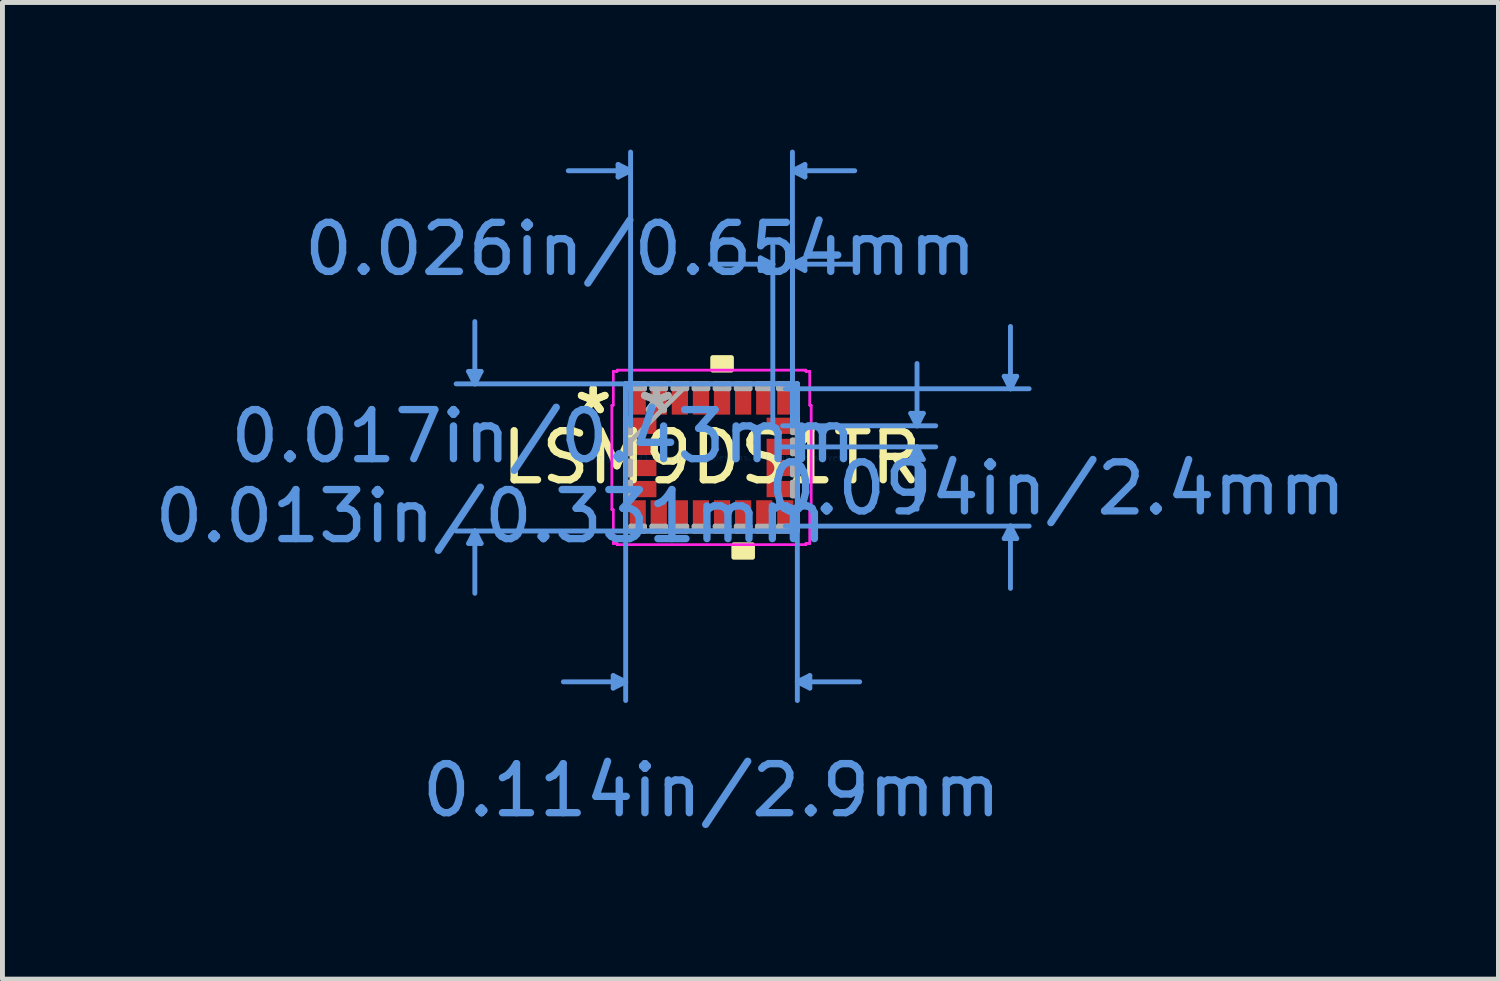
<source format=kicad_pcb>
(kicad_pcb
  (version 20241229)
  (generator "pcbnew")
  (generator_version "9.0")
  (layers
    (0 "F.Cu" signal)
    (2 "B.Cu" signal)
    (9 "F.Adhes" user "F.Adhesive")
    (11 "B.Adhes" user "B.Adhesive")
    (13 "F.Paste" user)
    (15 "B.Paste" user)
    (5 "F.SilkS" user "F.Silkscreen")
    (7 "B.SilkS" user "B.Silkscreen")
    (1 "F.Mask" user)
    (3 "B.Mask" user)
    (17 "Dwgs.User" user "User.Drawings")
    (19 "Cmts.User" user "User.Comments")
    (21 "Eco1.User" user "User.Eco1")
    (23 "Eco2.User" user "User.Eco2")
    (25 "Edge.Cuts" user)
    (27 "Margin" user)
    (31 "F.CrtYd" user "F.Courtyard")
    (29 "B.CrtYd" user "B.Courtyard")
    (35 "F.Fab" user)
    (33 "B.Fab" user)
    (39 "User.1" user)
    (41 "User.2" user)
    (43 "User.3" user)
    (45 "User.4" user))
  (footprint "LSM9DS1TR"
    (layer "F.Cu")
    (at 11.456 6.276)
    (property "Reference" "LSM9DS1TR" (at 0 0 0) (layer "F.SilkS") (effects (font (size 1 1) (thickness 0.15))))
    (attr through_hole)
    (fp_poly (pts (xy 0.025 -1.781) (xy 0.025 -2.035) (xy 0.406 -2.035) (xy 0.406 -1.781)) (stroke (width 0.1) (type solid)) (fill yes) (layer "F.SilkS"))
    (fp_poly (pts (xy 0.455 1.781) (xy 0.455 2.035) (xy 0.836 2.035) (xy 0.836 1.781)) (stroke (width 0.1) (type solid)) (fill yes) (layer "F.SilkS"))
    (fp_line (start -4.952 -1.754) (end -4.698 -1.754) (stroke (width 0.1) (type solid)) (layer "Cmts.User"))
    (fp_line (start -4.952 1.754) (end -4.698 1.754) (stroke (width 0.1) (type solid)) (layer "Cmts.User"))
    (fp_line (start -4.825 -1.5) (end -4.952 -1.754) (stroke (width 0.1) (type solid)) (layer "Cmts.User"))
    (fp_line (start -4.825 -1.5) (end -4.825 -2.77) (stroke (width 0.1) (type solid)) (layer "Cmts.User"))
    (fp_line (start -4.825 -1.5) (end -4.698 -1.754) (stroke (width 0.1) (type solid)) (layer "Cmts.User"))
    (fp_line (start -4.825 1.5) (end -4.952 1.754) (stroke (width 0.1) (type solid)) (layer "Cmts.User"))
    (fp_line (start -4.825 1.5) (end -4.825 2.77) (stroke (width 0.1) (type solid)) (layer "Cmts.User"))
    (fp_line (start -4.825 1.5) (end -4.698 1.754) (stroke (width 0.1) (type solid)) (layer "Cmts.User"))
    (fp_line (start -2.004 4.448) (end -2.004 4.702) (stroke (width 0.1) (type solid)) (layer "Cmts.User"))
    (fp_line (start -1.904 -5.972) (end -1.904 -5.718) (stroke (width 0.1) (type solid)) (layer "Cmts.User"))
    (fp_line (start -1.75 -1.5) (end -1.75 4.956) (stroke (width 0.1) (type solid)) (layer "Cmts.User"))
    (fp_line (start -1.75 4.575) (end -3.02 4.575) (stroke (width 0.1) (type solid)) (layer "Cmts.User"))
    (fp_line (start -1.75 4.575) (end -2.004 4.448) (stroke (width 0.1) (type solid)) (layer "Cmts.User"))
    (fp_line (start -1.75 4.575) (end -2.004 4.702) (stroke (width 0.1) (type solid)) (layer "Cmts.User"))
    (fp_line (start -1.65 -5.845) (end -2.92 -5.845) (stroke (width 0.1) (type solid)) (layer "Cmts.User"))
    (fp_line (start -1.65 -5.845) (end -1.904 -5.972) (stroke (width 0.1) (type solid)) (layer "Cmts.User"))
    (fp_line (start -1.65 -5.845) (end -1.904 -5.718) (stroke (width 0.1) (type solid)) (layer "Cmts.User"))
    (fp_line (start -1.65 -0.645) (end -1.65 -6.226) (stroke (width 0.1) (type solid)) (layer "Cmts.User"))
    (fp_line (start 0.996 -4.067) (end 0.996 -3.813) (stroke (width 0.1) (type solid)) (layer "Cmts.User"))
    (fp_line (start 1.25 -3.94) (end -0.02 -3.94) (stroke (width 0.1) (type solid)) (layer "Cmts.User"))
    (fp_line (start 1.25 -3.94) (end 0.996 -4.067) (stroke (width 0.1) (type solid)) (layer "Cmts.User"))
    (fp_line (start 1.25 -3.94) (end 0.996 -3.813) (stroke (width 0.1) (type solid)) (layer "Cmts.User"))
    (fp_line (start 1.25 -0.645) (end 1.25 -4.321) (stroke (width 0.1) (type solid)) (layer "Cmts.User"))
    (fp_line (start 1.45 -0.645) (end 4.571 -0.645) (stroke (width 0.1) (type solid)) (layer "Cmts.User"))
    (fp_line (start 1.45 -0.215) (end 4.571 -0.215) (stroke (width 0.1) (type solid)) (layer "Cmts.User"))
    (fp_line (start 1.505 -1.4) (end 6.476 -1.4) (stroke (width 0.1) (type solid)) (layer "Cmts.User"))
    (fp_line (start 1.505 1.4) (end 6.476 1.4) (stroke (width 0.1) (type solid)) (layer "Cmts.User"))
    (fp_line (start 1.65 -5.845) (end 1.904 -5.972) (stroke (width 0.1) (type solid)) (layer "Cmts.User"))
    (fp_line (start 1.65 -5.845) (end 1.904 -5.718) (stroke (width 0.1) (type solid)) (layer "Cmts.User"))
    (fp_line (start 1.65 -5.845) (end 2.92 -5.845) (stroke (width 0.1) (type solid)) (layer "Cmts.User"))
    (fp_line (start 1.65 -3.94) (end 1.904 -4.067) (stroke (width 0.1) (type solid)) (layer "Cmts.User"))
    (fp_line (start 1.65 -3.94) (end 1.904 -3.813) (stroke (width 0.1) (type solid)) (layer "Cmts.User"))
    (fp_line (start 1.65 -3.94) (end 2.92 -3.94) (stroke (width 0.1) (type solid)) (layer "Cmts.User"))
    (fp_line (start 1.65 -0.645) (end 1.65 -6.226) (stroke (width 0.1) (type solid)) (layer "Cmts.User"))
    (fp_line (start 1.65 -0.645) (end 1.65 -4.321) (stroke (width 0.1) (type solid)) (layer "Cmts.User"))
    (fp_line (start 1.75 -1.5) (end -5.206 -1.5) (stroke (width 0.1) (type solid)) (layer "Cmts.User"))
    (fp_line (start 1.75 -1.5) (end 1.75 4.956) (stroke (width 0.1) (type solid)) (layer "Cmts.User"))
    (fp_line (start 1.75 1.5) (end -5.206 1.5) (stroke (width 0.1) (type solid)) (layer "Cmts.User"))
    (fp_line (start 1.75 4.575) (end 2.004 4.448) (stroke (width 0.1) (type solid)) (layer "Cmts.User"))
    (fp_line (start 1.75 4.575) (end 2.004 4.702) (stroke (width 0.1) (type solid)) (layer "Cmts.User"))
    (fp_line (start 1.75 4.575) (end 3.02 4.575) (stroke (width 0.1) (type solid)) (layer "Cmts.User"))
    (fp_line (start 1.904 -5.972) (end 1.904 -5.718) (stroke (width 0.1) (type solid)) (layer "Cmts.User"))
    (fp_line (start 1.904 -4.067) (end 1.904 -3.813) (stroke (width 0.1) (type solid)) (layer "Cmts.User"))
    (fp_line (start 2.004 4.448) (end 2.004 4.702) (stroke (width 0.1) (type solid)) (layer "Cmts.User"))
    (fp_line (start 4.063 -0.899) (end 4.317 -0.899) (stroke (width 0.1) (type solid)) (layer "Cmts.User"))
    (fp_line (start 4.063 0.039) (end 4.317 0.039) (stroke (width 0.1) (type solid)) (layer "Cmts.User"))
    (fp_line (start 4.19 -0.645) (end 4.063 -0.899) (stroke (width 0.1) (type solid)) (layer "Cmts.User"))
    (fp_line (start 4.19 -0.645) (end 4.19 -1.915) (stroke (width 0.1) (type solid)) (layer "Cmts.User"))
    (fp_line (start 4.19 -0.645) (end 4.317 -0.899) (stroke (width 0.1) (type solid)) (layer "Cmts.User"))
    (fp_line (start 4.19 -0.215) (end 4.063 0.039) (stroke (width 0.1) (type solid)) (layer "Cmts.User"))
    (fp_line (start 4.19 -0.215) (end 4.19 1.055) (stroke (width 0.1) (type solid)) (layer "Cmts.User"))
    (fp_line (start 4.19 -0.215) (end 4.317 0.039) (stroke (width 0.1) (type solid)) (layer "Cmts.User"))
    (fp_line (start 5.968 -1.654) (end 6.222 -1.654) (stroke (width 0.1) (type solid)) (layer "Cmts.User"))
    (fp_line (start 5.968 1.654) (end 6.222 1.654) (stroke (width 0.1) (type solid)) (layer "Cmts.User"))
    (fp_line (start 6.095 -1.4) (end 5.968 -1.654) (stroke (width 0.1) (type solid)) (layer "Cmts.User"))
    (fp_line (start 6.095 -1.4) (end 6.095 -2.67) (stroke (width 0.1) (type solid)) (layer "Cmts.User"))
    (fp_line (start 6.095 -1.4) (end 6.222 -1.654) (stroke (width 0.1) (type solid)) (layer "Cmts.User"))
    (fp_line (start 6.095 1.4) (end 5.968 1.654) (stroke (width 0.1) (type solid)) (layer "Cmts.User"))
    (fp_line (start 6.095 1.4) (end 6.095 2.67) (stroke (width 0.1) (type solid)) (layer "Cmts.User"))
    (fp_line (start 6.095 1.4) (end 6.222 1.654) (stroke (width 0.1) (type solid)) (layer "Cmts.User"))
    (fp_line (start -2.031 -1.064) (end -2.004 -1.064) (stroke (width 0.05) (type solid)) (layer "F.CrtYd"))
    (fp_line (start -2.031 -1.064) (end -2.004 -1.064) (stroke (width 0.05) (type solid)) (layer "F.CrtYd"))
    (fp_line (start -2.031 1.064) (end -2.031 -1.064) (stroke (width 0.05) (type solid)) (layer "F.CrtYd"))
    (fp_line (start -2.031 1.064) (end -2.031 -1.064) (stroke (width 0.05) (type solid)) (layer "F.CrtYd"))
    (fp_line (start -2.004 -1.754) (end -1.924 -1.754) (stroke (width 0.05) (type solid)) (layer "F.CrtYd"))
    (fp_line (start -2.004 -1.754) (end -1.924 -1.754) (stroke (width 0.05) (type solid)) (layer "F.CrtYd"))
    (fp_line (start -2.004 -1.064) (end -2.004 -1.754) (stroke (width 0.05) (type solid)) (layer "F.CrtYd"))
    (fp_line (start -2.004 -1.064) (end -2.004 -1.754) (stroke (width 0.05) (type solid)) (layer "F.CrtYd"))
    (fp_line (start -2.004 1.064) (end -2.031 1.064) (stroke (width 0.05) (type solid)) (layer "F.CrtYd"))
    (fp_line (start -2.004 1.064) (end -2.031 1.064) (stroke (width 0.05) (type solid)) (layer "F.CrtYd"))
    (fp_line (start -2.004 1.754) (end -2.004 1.064) (stroke (width 0.05) (type solid)) (layer "F.CrtYd"))
    (fp_line (start -2.004 1.754) (end -2.004 1.064) (stroke (width 0.05) (type solid)) (layer "F.CrtYd"))
    (fp_line (start -1.924 -1.781) (end 1.924 -1.781) (stroke (width 0.05) (type solid)) (layer "F.CrtYd"))
    (fp_line (start -1.924 -1.781) (end 1.924 -1.781) (stroke (width 0.05) (type solid)) (layer "F.CrtYd"))
    (fp_line (start -1.924 -1.754) (end -1.924 -1.781) (stroke (width 0.05) (type solid)) (layer "F.CrtYd"))
    (fp_line (start -1.924 -1.754) (end -1.924 -1.781) (stroke (width 0.05) (type solid)) (layer "F.CrtYd"))
    (fp_line (start -1.924 1.754) (end -2.004 1.754) (stroke (width 0.05) (type solid)) (layer "F.CrtYd"))
    (fp_line (start -1.924 1.754) (end -2.004 1.754) (stroke (width 0.05) (type solid)) (layer "F.CrtYd"))
    (fp_line (start -1.924 1.781) (end -1.924 1.754) (stroke (width 0.05) (type solid)) (layer "F.CrtYd"))
    (fp_line (start -1.924 1.781) (end -1.924 1.754) (stroke (width 0.05) (type solid)) (layer "F.CrtYd"))
    (fp_line (start 1.924 -1.781) (end 1.924 -1.754) (stroke (width 0.05) (type solid)) (layer "F.CrtYd"))
    (fp_line (start 1.924 -1.781) (end 1.924 -1.754) (stroke (width 0.05) (type solid)) (layer "F.CrtYd"))
    (fp_line (start 1.924 -1.754) (end 2.004 -1.754) (stroke (width 0.05) (type solid)) (layer "F.CrtYd"))
    (fp_line (start 1.924 -1.754) (end 2.004 -1.754) (stroke (width 0.05) (type solid)) (layer "F.CrtYd"))
    (fp_line (start 1.924 1.754) (end 1.924 1.781) (stroke (width 0.05) (type solid)) (layer "F.CrtYd"))
    (fp_line (start 1.924 1.754) (end 1.924 1.781) (stroke (width 0.05) (type solid)) (layer "F.CrtYd"))
    (fp_line (start 1.924 1.781) (end -1.924 1.781) (stroke (width 0.05) (type solid)) (layer "F.CrtYd"))
    (fp_line (start 1.924 1.781) (end -1.924 1.781) (stroke (width 0.05) (type solid)) (layer "F.CrtYd"))
    (fp_line (start 2.004 -1.754) (end 2.004 -1.064) (stroke (width 0.05) (type solid)) (layer "F.CrtYd"))
    (fp_line (start 2.004 -1.754) (end 2.004 -1.064) (stroke (width 0.05) (type solid)) (layer "F.CrtYd"))
    (fp_line (start 2.004 -1.064) (end 2.031 -1.064) (stroke (width 0.05) (type solid)) (layer "F.CrtYd"))
    (fp_line (start 2.004 -1.064) (end 2.031 -1.064) (stroke (width 0.05) (type solid)) (layer "F.CrtYd"))
    (fp_line (start 2.004 1.064) (end 2.004 1.754) (stroke (width 0.05) (type solid)) (layer "F.CrtYd"))
    (fp_line (start 2.004 1.064) (end 2.004 1.754) (stroke (width 0.05) (type solid)) (layer "F.CrtYd"))
    (fp_line (start 2.004 1.754) (end 1.924 1.754) (stroke (width 0.05) (type solid)) (layer "F.CrtYd"))
    (fp_line (start 2.004 1.754) (end 1.924 1.754) (stroke (width 0.05) (type solid)) (layer "F.CrtYd"))
    (fp_line (start 2.031 -1.064) (end 2.031 1.064) (stroke (width 0.05) (type solid)) (layer "F.CrtYd"))
    (fp_line (start 2.031 -1.064) (end 2.031 1.064) (stroke (width 0.05) (type solid)) (layer "F.CrtYd"))
    (fp_line (start 2.031 1.064) (end 2.004 1.064) (stroke (width 0.05) (type solid)) (layer "F.CrtYd"))
    (fp_line (start 2.031 1.064) (end 2.004 1.064) (stroke (width 0.05) (type solid)) (layer "F.CrtYd"))
    (fp_line (start -1.75 -1.5) (end -1.75 -1.5) (stroke (width 0.1) (type solid)) (layer "F.Fab"))
    (fp_line (start -1.75 -1.5) (end -1.75 1.5) (stroke (width 0.1) (type solid)) (layer "F.Fab"))
    (fp_line (start -1.75 -0.785) (end -1.65 -0.785) (stroke (width 0.1) (type solid)) (layer "F.Fab"))
    (fp_line (start -1.75 -0.505) (end -1.75 -0.785) (stroke (width 0.1) (type solid)) (layer "F.Fab"))
    (fp_line (start -1.75 -0.355) (end -1.65 -0.355) (stroke (width 0.1) (type solid)) (layer "F.Fab"))
    (fp_line (start -1.75 -0.23) (end -0.48 -1.5) (stroke (width 0.1) (type solid)) (layer "F.Fab"))
    (fp_line (start -1.75 -0.075) (end -1.75 -0.355) (stroke (width 0.1) (type solid)) (layer "F.Fab"))
    (fp_line (start -1.75 0.075) (end -1.65 0.075) (stroke (width 0.1) (type solid)) (layer "F.Fab"))
    (fp_line (start -1.75 0.355) (end -1.75 0.075) (stroke (width 0.1) (type solid)) (layer "F.Fab"))
    (fp_line (start -1.75 0.505) (end -1.65 0.505) (stroke (width 0.1) (type solid)) (layer "F.Fab"))
    (fp_line (start -1.75 0.785) (end -1.75 0.505) (stroke (width 0.1) (type solid)) (layer "F.Fab"))
    (fp_line (start -1.75 1.5) (end -1.75 1.5) (stroke (width 0.1) (type solid)) (layer "F.Fab"))
    (fp_line (start -1.75 1.5) (end 1.75 1.5) (stroke (width 0.1) (type solid)) (layer "F.Fab"))
    (fp_line (start -1.65 -0.785) (end -1.65 -0.505) (stroke (width 0.1) (type solid)) (layer "F.Fab"))
    (fp_line (start -1.65 -0.505) (end -1.75 -0.505) (stroke (width 0.1) (type solid)) (layer "F.Fab"))
    (fp_line (start -1.65 -0.355) (end -1.65 -0.075) (stroke (width 0.1) (type solid)) (layer "F.Fab"))
    (fp_line (start -1.65 -0.075) (end -1.75 -0.075) (stroke (width 0.1) (type solid)) (layer "F.Fab"))
    (fp_line (start -1.65 0.075) (end -1.65 0.355) (stroke (width 0.1) (type solid)) (layer "F.Fab"))
    (fp_line (start -1.65 0.355) (end -1.75 0.355) (stroke (width 0.1) (type solid)) (layer "F.Fab"))
    (fp_line (start -1.65 0.505) (end -1.65 0.785) (stroke (width 0.1) (type solid)) (layer "F.Fab"))
    (fp_line (start -1.65 0.785) (end -1.75 0.785) (stroke (width 0.1) (type solid)) (layer "F.Fab"))
    (fp_line (start -1.645 -1.5) (end -1.365 -1.5) (stroke (width 0.1) (type solid)) (layer "F.Fab"))
    (fp_line (start -1.645 -1.4) (end -1.645 -1.5) (stroke (width 0.1) (type solid)) (layer "F.Fab"))
    (fp_line (start -1.645 1.4) (end -1.365 1.4) (stroke (width 0.1) (type solid)) (layer "F.Fab"))
    (fp_line (start -1.645 1.5) (end -1.645 1.4) (stroke (width 0.1) (type solid)) (layer "F.Fab"))
    (fp_line (start -1.365 -1.5) (end -1.365 -1.4) (stroke (width 0.1) (type solid)) (layer "F.Fab"))
    (fp_line (start -1.365 -1.4) (end -1.645 -1.4) (stroke (width 0.1) (type solid)) (layer "F.Fab"))
    (fp_line (start -1.365 1.4) (end -1.365 1.5) (stroke (width 0.1) (type solid)) (layer "F.Fab"))
    (fp_line (start -1.365 1.5) (end -1.645 1.5) (stroke (width 0.1) (type solid)) (layer "F.Fab"))
    (fp_line (start -1.215 -1.5) (end -0.935 -1.5) (stroke (width 0.1) (type solid)) (layer "F.Fab"))
    (fp_line (start -1.215 -1.4) (end -1.215 -1.5) (stroke (width 0.1) (type solid)) (layer "F.Fab"))
    (fp_line (start -1.215 1.4) (end -0.935 1.4) (stroke (width 0.1) (type solid)) (layer "F.Fab"))
    (fp_line (start -1.215 1.5) (end -1.215 1.4) (stroke (width 0.1) (type solid)) (layer "F.Fab"))
    (fp_line (start -0.935 -1.5) (end -0.935 -1.4) (stroke (width 0.1) (type solid)) (layer "F.Fab"))
    (fp_line (start -0.935 -1.4) (end -1.215 -1.4) (stroke (width 0.1) (type solid)) (layer "F.Fab"))
    (fp_line (start -0.935 1.4) (end -0.935 1.5) (stroke (width 0.1) (type solid)) (layer "F.Fab"))
    (fp_line (start -0.935 1.5) (end -1.215 1.5) (stroke (width 0.1) (type solid)) (layer "F.Fab"))
    (fp_line (start -0.785 -1.5) (end -0.505 -1.5) (stroke (width 0.1) (type solid)) (layer "F.Fab"))
    (fp_line (start -0.785 -1.4) (end -0.785 -1.5) (stroke (width 0.1) (type solid)) (layer "F.Fab"))
    (fp_line (start -0.785 1.4) (end -0.505 1.4) (stroke (width 0.1) (type solid)) (layer "F.Fab"))
    (fp_line (start -0.785 1.5) (end -0.785 1.4) (stroke (width 0.1) (type solid)) (layer "F.Fab"))
    (fp_line (start -0.505 -1.5) (end -0.505 -1.4) (stroke (width 0.1) (type solid)) (layer "F.Fab"))
    (fp_line (start -0.505 -1.4) (end -0.785 -1.4) (stroke (width 0.1) (type solid)) (layer "F.Fab"))
    (fp_line (start -0.505 1.4) (end -0.505 1.5) (stroke (width 0.1) (type solid)) (layer "F.Fab"))
    (fp_line (start -0.505 1.5) (end -0.785 1.5) (stroke (width 0.1) (type solid)) (layer "F.Fab"))
    (fp_line (start -0.355 -1.5) (end -0.075 -1.5) (stroke (width 0.1) (type solid)) (layer "F.Fab"))
    (fp_line (start -0.355 -1.4) (end -0.355 -1.5) (stroke (width 0.1) (type solid)) (layer "F.Fab"))
    (fp_line (start -0.355 1.4) (end -0.075 1.4) (stroke (width 0.1) (type solid)) (layer "F.Fab"))
    (fp_line (start -0.355 1.5) (end -0.355 1.4) (stroke (width 0.1) (type solid)) (layer "F.Fab"))
    (fp_line (start -0.075 -1.5) (end -0.075 -1.4) (stroke (width 0.1) (type solid)) (layer "F.Fab"))
    (fp_line (start -0.075 -1.4) (end -0.355 -1.4) (stroke (width 0.1) (type solid)) (layer "F.Fab"))
    (fp_line (start -0.075 1.4) (end -0.075 1.5) (stroke (width 0.1) (type solid)) (layer "F.Fab"))
    (fp_line (start -0.075 1.5) (end -0.355 1.5) (stroke (width 0.1) (type solid)) (layer "F.Fab"))
    (fp_line (start 0.075 -1.5) (end 0.355 -1.5) (stroke (width 0.1) (type solid)) (layer "F.Fab"))
    (fp_line (start 0.075 -1.4) (end 0.075 -1.5) (stroke (width 0.1) (type solid)) (layer "F.Fab"))
    (fp_line (start 0.075 1.4) (end 0.355 1.4) (stroke (width 0.1) (type solid)) (layer "F.Fab"))
    (fp_line (start 0.075 1.5) (end 0.075 1.4) (stroke (width 0.1) (type solid)) (layer "F.Fab"))
    (fp_line (start 0.355 -1.5) (end 0.355 -1.4) (stroke (width 0.1) (type solid)) (layer "F.Fab"))
    (fp_line (start 0.355 -1.4) (end 0.075 -1.4) (stroke (width 0.1) (type solid)) (layer "F.Fab"))
    (fp_line (start 0.355 1.4) (end 0.355 1.5) (stroke (width 0.1) (type solid)) (layer "F.Fab"))
    (fp_line (start 0.355 1.5) (end 0.075 1.5) (stroke (width 0.1) (type solid)) (layer "F.Fab"))
    (fp_line (start 0.505 -1.5) (end 0.785 -1.5) (stroke (width 0.1) (type solid)) (layer "F.Fab"))
    (fp_line (start 0.505 -1.4) (end 0.505 -1.5) (stroke (width 0.1) (type solid)) (layer "F.Fab"))
    (fp_line (start 0.505 1.4) (end 0.785 1.4) (stroke (width 0.1) (type solid)) (layer "F.Fab"))
    (fp_line (start 0.505 1.5) (end 0.505 1.4) (stroke (width 0.1) (type solid)) (layer "F.Fab"))
    (fp_line (start 0.785 -1.5) (end 0.785 -1.4) (stroke (width 0.1) (type solid)) (layer "F.Fab"))
    (fp_line (start 0.785 -1.4) (end 0.505 -1.4) (stroke (width 0.1) (type solid)) (layer "F.Fab"))
    (fp_line (start 0.785 1.4) (end 0.785 1.5) (stroke (width 0.1) (type solid)) (layer "F.Fab"))
    (fp_line (start 0.785 1.5) (end 0.505 1.5) (stroke (width 0.1) (type solid)) (layer "F.Fab"))
    (fp_line (start 0.935 -1.5) (end 1.215 -1.5) (stroke (width 0.1) (type solid)) (layer "F.Fab"))
    (fp_line (start 0.935 -1.4) (end 0.935 -1.5) (stroke (width 0.1) (type solid)) (layer "F.Fab"))
    (fp_line (start 0.935 1.4) (end 1.215 1.4) (stroke (width 0.1) (type solid)) (layer "F.Fab"))
    (fp_line (start 0.935 1.5) (end 0.935 1.4) (stroke (width 0.1) (type solid)) (layer "F.Fab"))
    (fp_line (start 1.215 -1.5) (end 1.215 -1.4) (stroke (width 0.1) (type solid)) (layer "F.Fab"))
    (fp_line (start 1.215 -1.4) (end 0.935 -1.4) (stroke (width 0.1) (type solid)) (layer "F.Fab"))
    (fp_line (start 1.215 1.4) (end 1.215 1.5) (stroke (width 0.1) (type solid)) (layer "F.Fab"))
    (fp_line (start 1.215 1.5) (end 0.935 1.5) (stroke (width 0.1) (type solid)) (layer "F.Fab"))
    (fp_line (start 1.365 -1.5) (end 1.645 -1.5) (stroke (width 0.1) (type solid)) (layer "F.Fab"))
    (fp_line (start 1.365 -1.4) (end 1.365 -1.5) (stroke (width 0.1) (type solid)) (layer "F.Fab"))
    (fp_line (start 1.365 1.4) (end 1.645 1.4) (stroke (width 0.1) (type solid)) (layer "F.Fab"))
    (fp_line (start 1.365 1.5) (end 1.365 1.4) (stroke (width 0.1) (type solid)) (layer "F.Fab"))
    (fp_line (start 1.645 -1.5) (end 1.645 -1.4) (stroke (width 0.1) (type solid)) (layer "F.Fab"))
    (fp_line (start 1.645 -1.4) (end 1.365 -1.4) (stroke (width 0.1) (type solid)) (layer "F.Fab"))
    (fp_line (start 1.645 1.4) (end 1.645 1.5) (stroke (width 0.1) (type solid)) (layer "F.Fab"))
    (fp_line (start 1.645 1.5) (end 1.365 1.5) (stroke (width 0.1) (type solid)) (layer "F.Fab"))
    (fp_line (start 1.65 -0.785) (end 1.75 -0.785) (stroke (width 0.1) (type solid)) (layer "F.Fab"))
    (fp_line (start 1.65 -0.505) (end 1.65 -0.785) (stroke (width 0.1) (type solid)) (layer "F.Fab"))
    (fp_line (start 1.65 -0.355) (end 1.75 -0.355) (stroke (width 0.1) (type solid)) (layer "F.Fab"))
    (fp_line (start 1.65 -0.075) (end 1.65 -0.355) (stroke (width 0.1) (type solid)) (layer "F.Fab"))
    (fp_line (start 1.65 0.075) (end 1.75 0.075) (stroke (width 0.1) (type solid)) (layer "F.Fab"))
    (fp_line (start 1.65 0.355) (end 1.65 0.075) (stroke (width 0.1) (type solid)) (layer "F.Fab"))
    (fp_line (start 1.65 0.505) (end 1.75 0.505) (stroke (width 0.1) (type solid)) (layer "F.Fab"))
    (fp_line (start 1.65 0.785) (end 1.65 0.505) (stroke (width 0.1) (type solid)) (layer "F.Fab"))
    (fp_line (start 1.75 -1.5) (end -1.75 -1.5) (stroke (width 0.1) (type solid)) (layer "F.Fab"))
    (fp_line (start 1.75 -1.5) (end 1.75 -1.5) (stroke (width 0.1) (type solid)) (layer "F.Fab"))
    (fp_line (start 1.75 -0.785) (end 1.75 -0.505) (stroke (width 0.1) (type solid)) (layer "F.Fab"))
    (fp_line (start 1.75 -0.505) (end 1.65 -0.505) (stroke (width 0.1) (type solid)) (layer "F.Fab"))
    (fp_line (start 1.75 -0.355) (end 1.75 -0.075) (stroke (width 0.1) (type solid)) (layer "F.Fab"))
    (fp_line (start 1.75 -0.075) (end 1.65 -0.075) (stroke (width 0.1) (type solid)) (layer "F.Fab"))
    (fp_line (start 1.75 0.075) (end 1.75 0.355) (stroke (width 0.1) (type solid)) (layer "F.Fab"))
    (fp_line (start 1.75 0.355) (end 1.65 0.355) (stroke (width 0.1) (type solid)) (layer "F.Fab"))
    (fp_line (start 1.75 0.505) (end 1.75 0.785) (stroke (width 0.1) (type solid)) (layer "F.Fab"))
    (fp_line (start 1.75 0.785) (end 1.65 0.785) (stroke (width 0.1) (type solid)) (layer "F.Fab"))
    (fp_line (start 1.75 1.5) (end 1.75 -1.5) (stroke (width 0.1) (type solid)) (layer "F.Fab"))
    (fp_line (start 1.75 1.5) (end 1.75 1.5) (stroke (width 0.1) (type solid)) (layer "F.Fab"))
    (fp_text user "*" (at -2.412 -0.86 0) (layer "F.SilkS") (effects (font (size 1 1) (thickness 0.15))))
    (fp_text user "*" (at -2.412 -0.86 0) (layer "F.SilkS") (effects (font (size 1 1) (thickness 0.15))))
    (fp_text user "0.013in/0.331mm" (at -4.498 1.2 0) (layer "Cmts.User") (effects (font (size 1 1) (thickness 0.15))))
    (fp_text user "0.094in/2.4mm" (at 7.038 0.635 0) (layer "Cmts.User") (effects (font (size 1 1) (thickness 0.15))))
    (fp_text user "0.026in/0.654mm" (at -1.45 -4.248 0) (layer "Cmts.User") (effects (font (size 1 1) (thickness 0.15))))
    (fp_text user "0.017in/0.43mm" (at -3.428 -0.43 0) (layer "Cmts.User") (effects (font (size 1 1) (thickness 0.15))))
    (fp_text user "Copyright 2021 Accelerated Designs. All rights reserved." (at 0 0 0) (layer "Cmts.User") (effects (font (size 0.127 0.127) (thickness 0.002))))
    (fp_text user "0.114in/2.9mm" (at 0 6.788 0) (layer "Cmts.User") (effects (font (size 1 1) (thickness 0.15))))
    (fp_text user "*" (at -1.123 -0.86 0) (layer "F.Fab") (effects (font (size 1 1) (thickness 0.15))))
    (fp_text user "*" (at -1.123 -0.86 0) (layer "F.Fab") (effects (font (size 1 1) (thickness 0.15))))
    (pad "1" smd rect (at -1.505 -1.2) (size 0.331 0.654) (layers "F.Cu" "F.Mask" "F.Paste"))
    (pad "2" smd rect (at -1.45 -0.645 90) (size 0.331 0.654) (layers "F.Cu" "F.Mask" "F.Paste"))
    (pad "3" smd rect (at -1.45 -0.215 90) (size 0.331 0.654) (layers "F.Cu" "F.Mask" "F.Paste"))
    (pad "4" smd rect (at -1.45 0.215 90) (size 0.331 0.654) (layers "F.Cu" "F.Mask" "F.Paste"))
    (pad "5" smd rect (at -1.45 0.645 90) (size 0.331 0.654) (layers "F.Cu" "F.Mask" "F.Paste"))
    (pad "6" smd rect (at -1.505 1.2) (size 0.331 0.654) (layers "F.Cu" "F.Mask" "F.Paste"))
    (pad "7" smd rect (at -1.075 1.2) (size 0.331 0.654) (layers "F.Cu" "F.Mask" "F.Paste"))
    (pad "8" smd rect (at -0.645 1.2) (size 0.331 0.654) (layers "F.Cu" "F.Mask" "F.Paste"))
    (pad "9" smd rect (at -0.215 1.2) (size 0.331 0.654) (layers "F.Cu" "F.Mask" "F.Paste"))
    (pad "10" smd rect (at 0.215 1.2) (size 0.331 0.654) (layers "F.Cu" "F.Mask" "F.Paste"))
    (pad "11" smd rect (at 0.645 1.2) (size 0.331 0.654) (layers "F.Cu" "F.Mask" "F.Paste"))
    (pad "12" smd rect (at 1.075 1.2) (size 0.331 0.654) (layers "F.Cu" "F.Mask" "F.Paste"))
    (pad "13" smd rect (at 1.505 1.2) (size 0.331 0.654) (layers "F.Cu" "F.Mask" "F.Paste"))
    (pad "14" smd rect (at 1.45 0.645 90) (size 0.331 0.654) (layers "F.Cu" "F.Mask" "F.Paste"))
    (pad "15" smd rect (at 1.45 0.215 90) (size 0.331 0.654) (layers "F.Cu" "F.Mask" "F.Paste"))
    (pad "16" smd rect (at 1.45 -0.215 90) (size 0.331 0.654) (layers "F.Cu" "F.Mask" "F.Paste"))
    (pad "17" smd rect (at 1.45 -0.645 90) (size 0.331 0.654) (layers "F.Cu" "F.Mask" "F.Paste"))
    (pad "18" smd rect (at 1.505 -1.2) (size 0.331 0.654) (layers "F.Cu" "F.Mask" "F.Paste"))
    (pad "19" smd rect (at 1.075 -1.2) (size 0.331 0.654) (layers "F.Cu" "F.Mask" "F.Paste"))
    (pad "20" smd rect (at 0.645 -1.2) (size 0.331 0.654) (layers "F.Cu" "F.Mask" "F.Paste"))
    (pad "21" smd rect (at 0.215 -1.2) (size 0.331 0.654) (layers "F.Cu" "F.Mask" "F.Paste"))
    (pad "22" smd rect (at -0.215 -1.2) (size 0.331 0.654) (layers "F.Cu" "F.Mask" "F.Paste"))
    (pad "23" smd rect (at -0.645 -1.2) (size 0.331 0.654) (layers "F.Cu" "F.Mask" "F.Paste"))
    (pad "24" smd rect (at -1.075 -1.2) (size 0.331 0.654) (layers "F.Cu" "F.Mask" "F.Paste")))
  (gr_rect
    (start -3 -3)
    (end 27.5 16.912)
    (stroke (width 0.1) (type default))
    (fill no)
    (layer "Edge.Cuts")))
</source>
